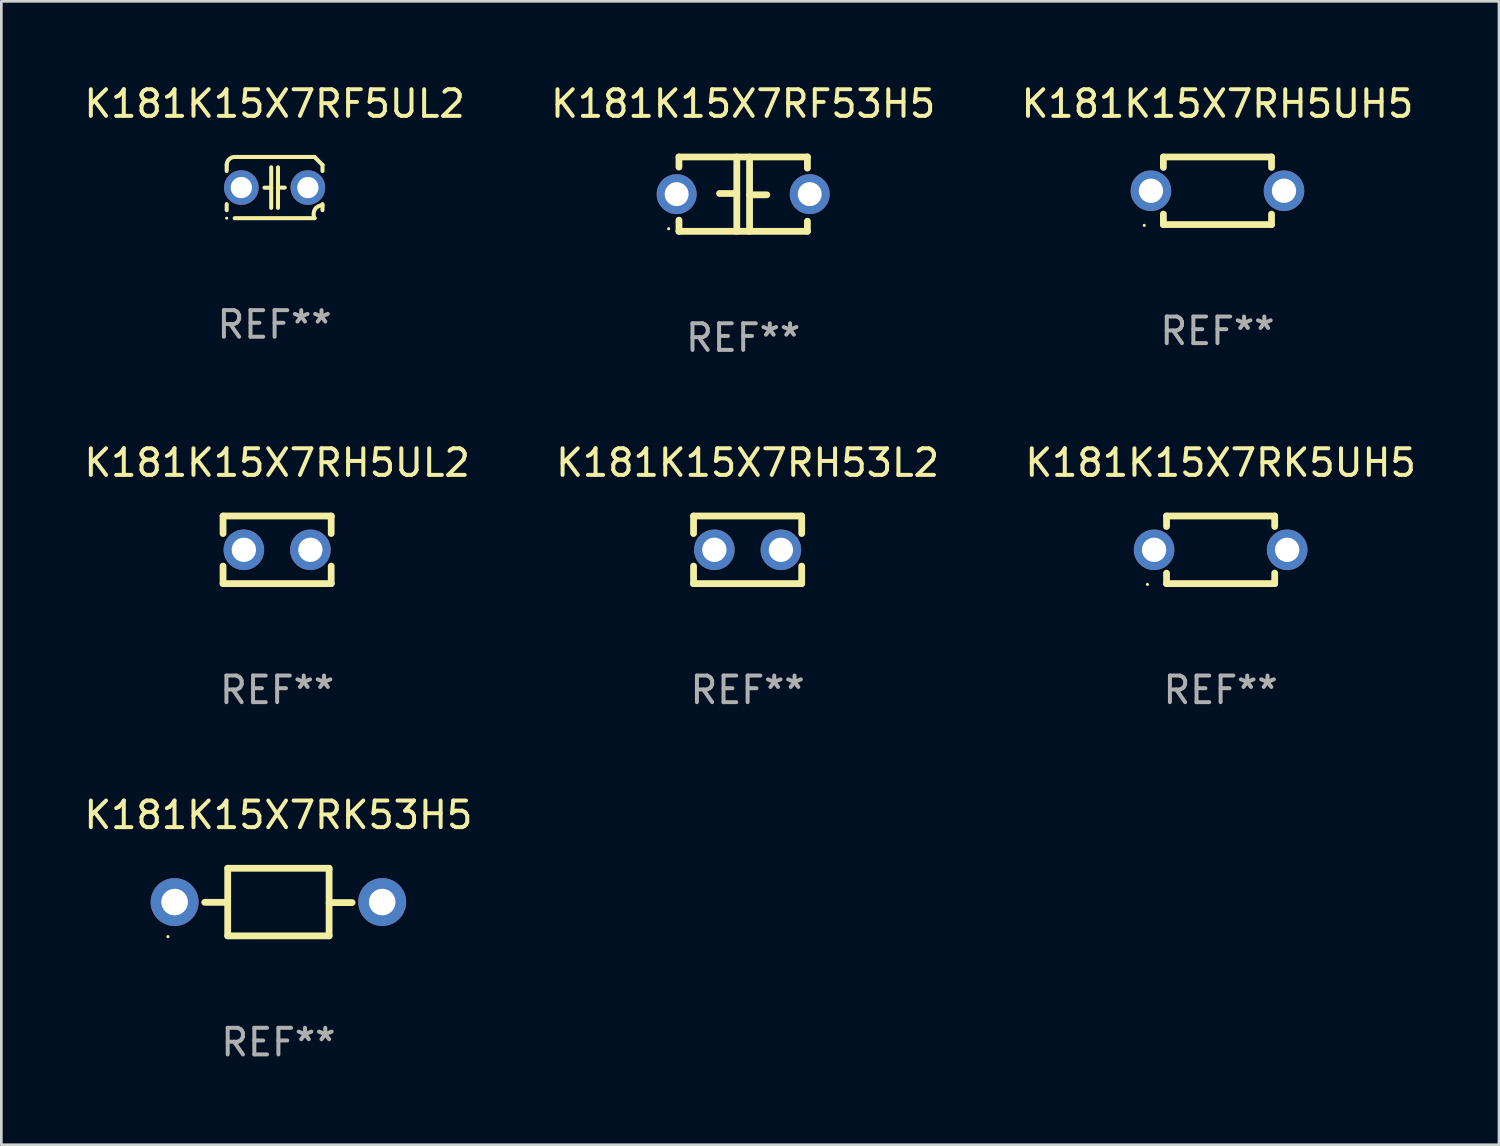
<source format=kicad_pcb>
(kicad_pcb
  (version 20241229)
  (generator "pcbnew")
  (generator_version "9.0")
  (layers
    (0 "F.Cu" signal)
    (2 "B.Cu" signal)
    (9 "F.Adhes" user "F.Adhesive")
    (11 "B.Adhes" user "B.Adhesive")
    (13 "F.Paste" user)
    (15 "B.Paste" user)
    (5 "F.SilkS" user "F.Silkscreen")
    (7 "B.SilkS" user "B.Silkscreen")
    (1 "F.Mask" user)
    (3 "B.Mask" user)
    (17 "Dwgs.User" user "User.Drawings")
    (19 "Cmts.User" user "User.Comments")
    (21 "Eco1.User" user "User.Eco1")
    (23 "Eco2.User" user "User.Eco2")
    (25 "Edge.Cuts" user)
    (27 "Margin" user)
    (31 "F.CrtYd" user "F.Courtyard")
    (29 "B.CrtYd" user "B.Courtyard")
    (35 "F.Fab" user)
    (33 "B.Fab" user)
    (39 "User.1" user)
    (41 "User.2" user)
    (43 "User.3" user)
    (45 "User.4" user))
  (footprint "K181K15X7RK5UH5"
    (layer "F.Cu")
    (at 42.815 17.609)
    (property "Reference" "K181K15X7RK5UH5" (at 0 -3.27 0) (layer "F.SilkS") (effects (font (size 1 1) (thickness 0.15))))
    (attr through_hole)
    (fp_line (start -2.032 -1.27) (end -2.032 -0.876) (stroke (width 0.254) (type solid)) (layer "F.SilkS"))
    (fp_line (start -2.032 0.876) (end -2.032 1.27) (stroke (width 0.254) (type solid)) (layer "F.SilkS"))
    (fp_line (start -2.032 1.27) (end 2.032 1.27) (stroke (width 0.254) (type solid)) (layer "F.SilkS"))
    (fp_line (start 2.032 -1.27) (end -2.032 -1.27) (stroke (width 0.254) (type solid)) (layer "F.SilkS"))
    (fp_line (start 2.032 -0.876) (end 2.032 -1.27) (stroke (width 0.254) (type solid)) (layer "F.SilkS"))
    (fp_line (start 2.032 1.27) (end 2.032 0.876) (stroke (width 0.254) (type solid)) (layer "F.SilkS"))
    (fp_circle (center -2.751 1.3) (end -2.721 1.3) (stroke (width 0.06) (type solid)) (fill no) (layer "F.SilkS"))
    (fp_text user "REF**" (at 0 5.27 0) (layer "F.Fab") (effects (font (size 1 1) (thickness 0.15))))
    (pad "1" thru_hole circle (at -2.5 0) (size 1.524 1.524) (drill 0.914) (layers "*.Cu" "*.Mask"))
    (pad "2" thru_hole circle (at 2.5 0) (size 1.524 1.524) (drill 0.914) (layers "*.Cu" "*.Mask")))
  (footprint "K181K15X7RK53H5"
    (layer "F.Cu")
    (at 7.411 30.845)
    (property "Reference" "K181K15X7RK53H5" (at 0 -3.27 0) (layer "F.SilkS") (effects (font (size 1 1) (thickness 0.15))))
    (attr through_hole)
    (fp_line (start -1.905 -1.27) (end -1.905 1.27) (stroke (width 0.254) (type solid)) (layer "F.SilkS"))
    (fp_line (start -1.905 0.01) (end -2.769 0.01) (stroke (width 0.254) (type solid)) (layer "F.SilkS"))
    (fp_line (start -1.905 1.27) (end 1.905 1.27) (stroke (width 0.254) (type solid)) (layer "F.SilkS"))
    (fp_line (start 1.905 -1.27) (end -1.905 -1.27) (stroke (width 0.254) (type solid)) (layer "F.SilkS"))
    (fp_line (start 1.905 0.02) (end 2.769 0.02) (stroke (width 0.254) (type solid)) (layer "F.SilkS"))
    (fp_line (start 1.905 1.27) (end 1.905 -1.27) (stroke (width 0.254) (type solid)) (layer "F.SilkS"))
    (fp_circle (center -4.15 1.3) (end -4.12 1.3) (stroke (width 0.06) (type solid)) (fill no) (layer "F.SilkS"))
    (fp_text user "REF**" (at 0 5.27 0) (layer "F.Fab") (effects (font (size 1 1) (thickness 0.15))))
    (pad "1" thru_hole circle (at -3.9 0) (size 1.8 1.8) (drill 1) (layers "*.Cu" "*.Mask"))
    (pad "2" thru_hole circle (at 3.9 0) (size 1.8 1.8) (drill 1) (layers "*.Cu" "*.Mask")))
  (footprint "K181K15X7RF53H5"
    (layer "F.Cu")
    (at 24.875 4.245)
    (property "Reference" "K181K15X7RF53H5" (at 0 -3.397 0) (layer "F.SilkS") (effects (font (size 1 1) (thickness 0.15))))
    (attr through_hole)
    (fp_line (start -2.413 -1.397) (end 2.413 -1.397) (stroke (width 0.254) (type solid)) (layer "F.SilkS"))
    (fp_line (start -2.413 -1.016) (end -2.413 -1.397) (stroke (width 0.254) (type solid)) (layer "F.SilkS"))
    (fp_line (start -2.413 0.977) (end -2.413 1.397) (stroke (width 0.254) (type solid)) (layer "F.SilkS"))
    (fp_line (start -0.24 -0.025) (end -0.889 -0.025) (stroke (width 0.254) (type solid)) (layer "F.SilkS"))
    (fp_line (start -0.24 1.397) (end -0.24 -1.397) (stroke (width 0.254) (type solid)) (layer "F.SilkS"))
    (fp_line (start 0.24 -1.397) (end 0.24 1.397) (stroke (width 0.254) (type solid)) (layer "F.SilkS"))
    (fp_line (start 0.24 0.025) (end 0.889 0.025) (stroke (width 0.254) (type solid)) (layer "F.SilkS"))
    (fp_line (start 2.413 -0.977) (end 2.413 -1.397) (stroke (width 0.254) (type solid)) (layer "F.SilkS"))
    (fp_line (start 2.413 1.016) (end 2.413 1.397) (stroke (width 0.254) (type solid)) (layer "F.SilkS"))
    (fp_line (start 2.413 1.397) (end -2.413 1.397) (stroke (width 0.254) (type solid)) (layer "F.SilkS"))
    (fp_circle (center -2.8 1.3) (end -2.77 1.3) (stroke (width 0.06) (type solid)) (fill no) (layer "F.SilkS"))
    (fp_text user "REF**" (at 0 5.397 0) (layer "F.Fab") (effects (font (size 1 1) (thickness 0.15))))
    (pad "1" thru_hole circle (at -2.5 0) (size 1.5 1.5) (drill 0.9) (layers "*.Cu" "*.Mask"))
    (pad "2" thru_hole circle (at 2.5 0) (size 1.5 1.5) (drill 0.9) (layers "*.Cu" "*.Mask")))
  (footprint "K181K15X7RH5UL2"
    (layer "F.Cu")
    (at 7.363 17.609)
    (property "Reference" "K181K15X7RH5UL2" (at 0 -3.27 0) (layer "F.SilkS") (effects (font (size 1 1) (thickness 0.15))))
    (attr through_hole)
    (fp_line (start -2.032 -1.27) (end -2.032 -0.611) (stroke (width 0.254) (type solid)) (layer "F.SilkS"))
    (fp_line (start -2.032 0.611) (end -2.032 1.27) (stroke (width 0.254) (type solid)) (layer "F.SilkS"))
    (fp_line (start -2.032 1.27) (end 2.032 1.27) (stroke (width 0.254) (type solid)) (layer "F.SilkS"))
    (fp_line (start 2.032 -1.27) (end -2.032 -1.27) (stroke (width 0.254) (type solid)) (layer "F.SilkS"))
    (fp_line (start 2.032 -0.611) (end 2.032 -1.27) (stroke (width 0.254) (type solid)) (layer "F.SilkS"))
    (fp_line (start 2.032 1.27) (end 2.032 0.611) (stroke (width 0.254) (type solid)) (layer "F.SilkS"))
    (fp_circle (center -2 1.3) (end -1.97 1.3) (stroke (width 0.06) (type solid)) (fill no) (layer "F.SilkS"))
    (fp_text user "REF**" (at 0 5.27 0) (layer "F.Fab") (effects (font (size 1 1) (thickness 0.15))))
    (pad "1" thru_hole circle (at -1.25 0) (size 1.524 1.524) (drill 0.914) (layers "*.Cu" "*.Mask"))
    (pad "2" thru_hole circle (at 1.25 0) (size 1.524 1.524) (drill 0.914) (layers "*.Cu" "*.Mask")))
  (footprint "K181K15X7RH53L2"
    (layer "F.Cu")
    (at 25.042 17.609)
    (property "Reference" "K181K15X7RH53L2" (at 0 -3.27 0) (layer "F.SilkS") (effects (font (size 1 1) (thickness 0.15))))
    (attr through_hole)
    (fp_line (start -2.032 -1.27) (end -2.032 -0.611) (stroke (width 0.254) (type solid)) (layer "F.SilkS"))
    (fp_line (start -2.032 0.611) (end -2.032 1.27) (stroke (width 0.254) (type solid)) (layer "F.SilkS"))
    (fp_line (start -2.032 1.27) (end 2.032 1.27) (stroke (width 0.254) (type solid)) (layer "F.SilkS"))
    (fp_line (start 2.032 -1.27) (end -2.032 -1.27) (stroke (width 0.254) (type solid)) (layer "F.SilkS"))
    (fp_line (start 2.032 -0.611) (end 2.032 -1.27) (stroke (width 0.254) (type solid)) (layer "F.SilkS"))
    (fp_line (start 2.032 1.27) (end 2.032 0.611) (stroke (width 0.254) (type solid)) (layer "F.SilkS"))
    (fp_circle (center -2 1.3) (end -1.97 1.3) (stroke (width 0.06) (type solid)) (fill no) (layer "F.SilkS"))
    (fp_text user "REF**" (at 0 5.27 0) (layer "F.Fab") (effects (font (size 1 1) (thickness 0.15))))
    (pad "1" thru_hole circle (at -1.25 0) (size 1.524 1.524) (drill 0.914) (layers "*.Cu" "*.Mask"))
    (pad "2" thru_hole circle (at 1.25 0) (size 1.524 1.524) (drill 0.914) (layers "*.Cu" "*.Mask")))
  (footprint "K181K15X7RH5UH5"
    (layer "F.Cu")
    (at 42.696 4.118)
    (property "Reference" "K181K15X7RH5UH5" (at 0 -3.27 0) (layer "F.SilkS") (effects (font (size 1 1) (thickness 0.15))))
    (attr through_hole)
    (fp_line (start -2.032 -1.27) (end -2.032 -0.876) (stroke (width 0.254) (type solid)) (layer "F.SilkS"))
    (fp_line (start -2.032 0.876) (end -2.032 1.27) (stroke (width 0.254) (type solid)) (layer "F.SilkS"))
    (fp_line (start -2.032 1.27) (end 2.032 1.27) (stroke (width 0.254) (type solid)) (layer "F.SilkS"))
    (fp_line (start 2.032 -1.27) (end -2.032 -1.27) (stroke (width 0.254) (type solid)) (layer "F.SilkS"))
    (fp_line (start 2.032 -0.876) (end 2.032 -1.27) (stroke (width 0.254) (type solid)) (layer "F.SilkS"))
    (fp_line (start 2.032 1.27) (end 2.032 0.876) (stroke (width 0.254) (type solid)) (layer "F.SilkS"))
    (fp_circle (center -2.751 1.3) (end -2.721 1.3) (stroke (width 0.06) (type solid)) (fill no) (layer "F.SilkS"))
    (fp_text user "REF**" (at 0 5.27 0) (layer "F.Fab") (effects (font (size 1 1) (thickness 0.15))))
    (pad "1" thru_hole circle (at -2.5 0) (size 1.524 1.524) (drill 0.914) (layers "*.Cu" "*.Mask"))
    (pad "2" thru_hole circle (at 2.5 0) (size 1.524 1.524) (drill 0.914) (layers "*.Cu" "*.Mask")))
  (footprint "K181K15X7RF5UL2"
    (layer "F.Cu")
    (at 7.268 3.998)
    (property "Reference" "K181K15X7RF5UL2" (at 0 -3.15 0) (layer "F.SilkS") (effects (font (size 1 1) (thickness 0.15))))
    (attr through_hole)
    (fp_line (start -1.8 -0.621) (end -1.8 -0.85) (stroke (width 0.152) (type solid)) (layer "F.SilkS"))
    (fp_line (start -1.8 0.85) (end -1.8 0.621) (stroke (width 0.152) (type solid)) (layer "F.SilkS"))
    (fp_line (start -1.5 -1.15) (end 1.5 -1.15) (stroke (width 0.152) (type solid)) (layer "F.SilkS"))
    (fp_line (start -0.127 -0.762) (end -0.127 0.762) (stroke (width 0.152) (type solid)) (layer "F.SilkS"))
    (fp_line (start -0.127 0.005) (end -0.381 0.005) (stroke (width 0.152) (type solid)) (layer "F.SilkS"))
    (fp_line (start 0.127 -0.762) (end 0.127 0.762) (stroke (width 0.152) (type solid)) (layer "F.SilkS"))
    (fp_line (start 0.127 0.002) (end 0.381 0.002) (stroke (width 0.152) (type solid)) (layer "F.SilkS"))
    (fp_line (start 1.5 1.15) (end -1.5 1.15) (stroke (width 0.152) (type solid)) (layer "F.SilkS"))
    (fp_line (start 1.8 -0.85) (end 1.8 -0.621) (stroke (width 0.152) (type solid)) (layer "F.SilkS"))
    (fp_line (start 1.8 0.621) (end 1.8 0.85) (stroke (width 0.152) (type solid)) (layer "F.SilkS"))
    (fp_arc (start -1.799975 -0.849987) (mid -1.712107 -1.062119) (end -1.499975 -1.149987) (stroke (width 0.151994) (type solid)) (layer "F.SilkS"))
    (fp_arc (start 1.499975 1.149987) (mid 1.513726 0.822359) (end 1.799975 0.662387) (stroke (width 0.151994) (type solid)) (layer "F.SilkS"))
    (fp_arc (start 1.500001 -1.149986) (mid 1.650015 -1.000001) (end 1.8 -0.849987) (stroke (width 0.151994) (type solid)) (layer "F.SilkS"))
    (fp_circle (center -1.8 1.15) (end -1.77 1.15) (stroke (width 0.06) (type solid)) (fill no) (layer "F.SilkS"))
    (fp_text user "REF**" (at 0 5.15 0) (layer "F.Fab") (effects (font (size 1 1) (thickness 0.15))))
    (pad "1" thru_hole circle (at -1.25 0) (size 1.3 1.3) (drill 0.8) (layers "*.Cu" "*.Mask"))
    (pad "2" thru_hole circle (at 1.25 0) (size 1.3 1.3) (drill 0.8) (layers "*.Cu" "*.Mask")))
  (gr_rect
    (start -3 -3)
    (end 53.274 39.964)
    (stroke (width 0.1) (type default))
    (fill no)
    (layer "Edge.Cuts")))
</source>
